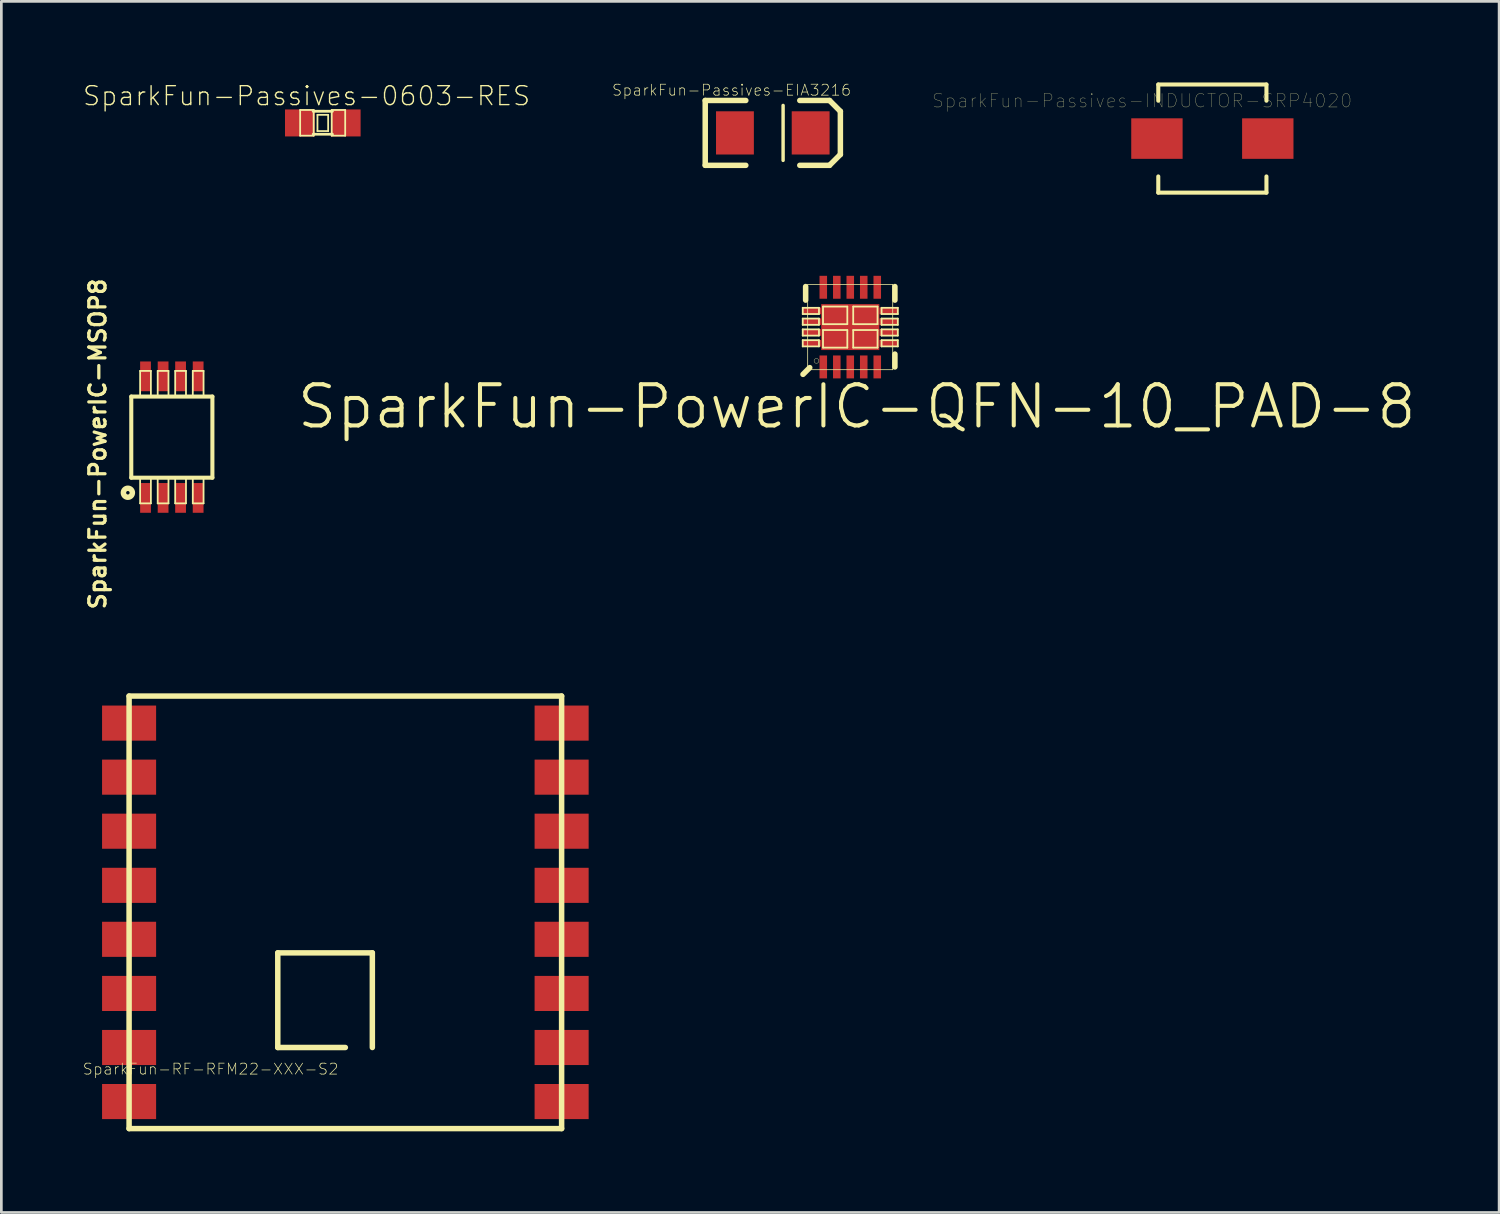
<source format=kicad_pcb>
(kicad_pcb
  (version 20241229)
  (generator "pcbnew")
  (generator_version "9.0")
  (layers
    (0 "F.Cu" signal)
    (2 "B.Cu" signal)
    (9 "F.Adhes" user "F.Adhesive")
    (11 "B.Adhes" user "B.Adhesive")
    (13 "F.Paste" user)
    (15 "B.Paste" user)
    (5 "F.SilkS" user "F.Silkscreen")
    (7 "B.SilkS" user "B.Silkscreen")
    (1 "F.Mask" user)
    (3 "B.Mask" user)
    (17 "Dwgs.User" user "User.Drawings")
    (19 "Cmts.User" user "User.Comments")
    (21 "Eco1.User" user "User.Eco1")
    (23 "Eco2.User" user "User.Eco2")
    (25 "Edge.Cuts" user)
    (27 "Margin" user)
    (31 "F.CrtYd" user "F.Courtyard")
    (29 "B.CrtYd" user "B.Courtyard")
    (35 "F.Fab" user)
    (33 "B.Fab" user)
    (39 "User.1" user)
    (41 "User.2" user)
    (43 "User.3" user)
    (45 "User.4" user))
  (footprint "SparkFun-RF-RFM22-XXX-S2"
    (layer "F.Cu")
    (at 9.722 30.69)
    (property "Reference" "SparkFun-RF-RFM22-XXX-S2" (at -4.983 5.796 0) (layer "F.SilkS") (effects (font (size 0.406 0.406) (thickness 0.025))))
    (attr smd)
    (fp_line (start -7.998 -7.998) (end -7.998 7.998) (stroke (width 0.203) (type solid)) (layer "F.SilkS"))
    (fp_line (start -7.998 -7.998) (end 7.998 -7.998) (stroke (width 0.203) (type solid)) (layer "F.SilkS"))
    (fp_line (start -2.499 1.499) (end 0.998 1.499) (stroke (width 0.203) (type solid)) (layer "F.SilkS"))
    (fp_line (start -2.499 4.999) (end -2.499 1.499) (stroke (width 0.203) (type solid)) (layer "F.SilkS"))
    (fp_line (start 0 4.999) (end -2.499 4.999) (stroke (width 0.203) (type solid)) (layer "F.SilkS"))
    (fp_line (start 0.998 1.499) (end 0.998 4.999) (stroke (width 0.203) (type solid)) (layer "F.SilkS"))
    (fp_line (start 7.998 7.998) (end -7.998 7.998) (stroke (width 0.203) (type solid)) (layer "F.SilkS"))
    (fp_line (start 7.998 7.998) (end 7.998 -7.998) (stroke (width 0.203) (type solid)) (layer "F.SilkS"))
    (pad "1" smd rect (at -7.998 -6.998 90) (size 1.298 1.999) (layers "F.Cu" "F.Mask" "F.Paste"))
    (pad "2" smd rect (at -7.998 -4.999 90) (size 1.298 1.999) (layers "F.Cu" "F.Mask" "F.Paste"))
    (pad "3" smd rect (at -7.998 -3 90) (size 1.298 1.999) (layers "F.Cu" "F.Mask" "F.Paste"))
    (pad "4" smd rect (at -7.998 -0.998 90) (size 1.298 1.999) (layers "F.Cu" "F.Mask" "F.Paste"))
    (pad "5" smd rect (at -7.998 0.998 90) (size 1.298 1.999) (layers "F.Cu" "F.Mask" "F.Paste"))
    (pad "6" smd rect (at -7.998 3 90) (size 1.298 1.999) (layers "F.Cu" "F.Mask" "F.Paste"))
    (pad "7" smd rect (at -7.998 4.999 90) (size 1.298 1.999) (layers "F.Cu" "F.Mask" "F.Paste"))
    (pad "8" smd rect (at -7.998 6.998 90) (size 1.298 1.999) (layers "F.Cu" "F.Mask" "F.Paste"))
    (pad "9" smd rect (at 7.998 6.998 90) (size 1.298 1.999) (layers "F.Cu" "F.Mask" "F.Paste"))
    (pad "10" smd rect (at 7.998 4.999 90) (size 1.298 1.999) (layers "F.Cu" "F.Mask" "F.Paste"))
    (pad "11" smd rect (at 7.998 3 90) (size 1.298 1.999) (layers "F.Cu" "F.Mask" "F.Paste"))
    (pad "12" smd rect (at 7.998 0.998 90) (size 1.298 1.999) (layers "F.Cu" "F.Mask" "F.Paste"))
    (pad "13" smd rect (at 7.998 -0.998 90) (size 1.298 1.999) (layers "F.Cu" "F.Mask" "F.Paste"))
    (pad "14" smd rect (at 7.998 -3 90) (size 1.298 1.999) (layers "F.Cu" "F.Mask" "F.Paste"))
    (pad "15" smd rect (at 7.998 -4.999 90) (size 1.298 1.999) (layers "F.Cu" "F.Mask" "F.Paste"))
    (pad "16" smd rect (at 7.998 -6.998 90) (size 1.298 1.999) (layers "F.Cu" "F.Mask" "F.Paste")))
  (footprint "SparkFun-Passives-EIA3216"
    (layer "F.Cu")
    (at 25.53 1.865)
    (property "Reference" "SparkFun-Passives-EIA3216" (at -1.524 -1.582 0) (layer "F.SilkS") (effects (font (size 0.406 0.406) (thickness 0.025))))
    (attr smd)
    (fp_line (start -2.499 -1.199) (end -0.998 -1.199) (stroke (width 0.203) (type solid)) (layer "F.SilkS"))
    (fp_line (start -2.499 1.199) (end -2.499 -1.199) (stroke (width 0.203) (type solid)) (layer "F.SilkS"))
    (fp_line (start -0.998 1.199) (end -2.499 1.199) (stroke (width 0.203) (type solid)) (layer "F.SilkS"))
    (fp_line (start 0.381 -1.016) (end 0.381 1.016) (stroke (width 0.127) (type solid)) (layer "F.SilkS"))
    (fp_line (start 0.998 1.199) (end 2.098 1.199) (stroke (width 0.203) (type solid)) (layer "F.SilkS"))
    (fp_line (start 2.098 -1.199) (end 0.998 -1.199) (stroke (width 0.203) (type solid)) (layer "F.SilkS"))
    (fp_line (start 2.098 1.199) (end 2.499 0.798) (stroke (width 0.203) (type solid)) (layer "F.SilkS"))
    (fp_line (start 2.499 -0.798) (end 2.098 -1.199) (stroke (width 0.203) (type solid)) (layer "F.SilkS"))
    (fp_line (start 2.499 0.798) (end 2.499 -0.798) (stroke (width 0.203) (type solid)) (layer "F.SilkS"))
    (pad "A" smd rect (at 1.4 0 90) (size 1.598 1.4) (layers "F.Cu" "F.Mask" "F.Paste"))
    (pad "C" smd rect (at -1.4 0 90) (size 1.598 1.4) (layers "F.Cu" "F.Mask" "F.Paste")))
  (footprint "SparkFun-PowerIC-QFN-10_PAD-8"
    (layer "F.Cu")
    (at 28.395 9.047)
    (property "Reference" "SparkFun-PowerIC-QFN-10_PAD-8" (at 0.24 2.94 0) (layer "F.SilkS") (effects (font (size 1.524 1.524) (thickness 0.15))))
    (attr smd)
    (fp_line (start -1.758 -0.714) (end -1.158 -0.714) (stroke (width 0.066) (type solid)) (layer "F.SilkS"))
    (fp_line (start -1.758 -0.483) (end -1.758 -0.714) (stroke (width 0.066) (type solid)) (layer "F.SilkS"))
    (fp_line (start -1.758 -0.483) (end -1.158 -0.483) (stroke (width 0.066) (type solid)) (layer "F.SilkS"))
    (fp_line (start -1.758 -0.315) (end -1.158 -0.315) (stroke (width 0.066) (type solid)) (layer "F.SilkS"))
    (fp_line (start -1.758 -0.084) (end -1.758 -0.315) (stroke (width 0.066) (type solid)) (layer "F.SilkS"))
    (fp_line (start -1.758 -0.084) (end -1.158 -0.084) (stroke (width 0.066) (type solid)) (layer "F.SilkS"))
    (fp_line (start -1.758 0.084) (end -1.158 0.084) (stroke (width 0.066) (type solid)) (layer "F.SilkS"))
    (fp_line (start -1.758 0.315) (end -1.758 0.084) (stroke (width 0.066) (type solid)) (layer "F.SilkS"))
    (fp_line (start -1.758 0.315) (end -1.158 0.315) (stroke (width 0.066) (type solid)) (layer "F.SilkS"))
    (fp_line (start -1.758 0.483) (end -1.158 0.483) (stroke (width 0.066) (type solid)) (layer "F.SilkS"))
    (fp_line (start -1.758 0.714) (end -1.758 0.483) (stroke (width 0.066) (type solid)) (layer "F.SilkS"))
    (fp_line (start -1.758 0.714) (end -1.158 0.714) (stroke (width 0.066) (type solid)) (layer "F.SilkS"))
    (fp_line (start -1.748 1.748) (end -1.499 1.499) (stroke (width 0.203) (type solid)) (layer "F.SilkS"))
    (fp_line (start -1.651 -1.499) (end -1.651 -0.998) (stroke (width 0.203) (type solid)) (layer "F.SilkS"))
    (fp_line (start -1.575 -1.575) (end 1.57 -1.575) (stroke (width 0.028) (type solid)) (layer "F.SilkS"))
    (fp_line (start -1.575 1.575) (end -1.575 -1.575) (stroke (width 0.028) (type solid)) (layer "F.SilkS"))
    (fp_line (start -1.158 -0.483) (end -1.158 -0.714) (stroke (width 0.066) (type solid)) (layer "F.SilkS"))
    (fp_line (start -1.158 -0.084) (end -1.158 -0.315) (stroke (width 0.066) (type solid)) (layer "F.SilkS"))
    (fp_line (start -1.158 0.315) (end -1.158 0.084) (stroke (width 0.066) (type solid)) (layer "F.SilkS"))
    (fp_line (start -1.158 0.714) (end -1.158 0.483) (stroke (width 0.066) (type solid)) (layer "F.SilkS"))
    (fp_line (start -1.008 -0.759) (end -0.109 -0.759) (stroke (width 0.066) (type solid)) (layer "F.SilkS"))
    (fp_line (start -1.008 -0.109) (end -1.008 -0.759) (stroke (width 0.066) (type solid)) (layer "F.SilkS"))
    (fp_line (start -1.008 -0.109) (end -0.109 -0.109) (stroke (width 0.066) (type solid)) (layer "F.SilkS"))
    (fp_line (start -1.008 0.109) (end -0.109 0.109) (stroke (width 0.066) (type solid)) (layer "F.SilkS"))
    (fp_line (start -1.008 0.759) (end -1.008 0.109) (stroke (width 0.066) (type solid)) (layer "F.SilkS"))
    (fp_line (start -1.008 0.759) (end -0.109 0.759) (stroke (width 0.066) (type solid)) (layer "F.SilkS"))
    (fp_line (start -0.109 -0.109) (end -0.109 -0.759) (stroke (width 0.066) (type solid)) (layer "F.SilkS"))
    (fp_line (start -0.109 0.759) (end -0.109 0.109) (stroke (width 0.066) (type solid)) (layer "F.SilkS"))
    (fp_line (start 0.109 -0.759) (end 1.008 -0.759) (stroke (width 0.066) (type solid)) (layer "F.SilkS"))
    (fp_line (start 0.109 -0.109) (end 0.109 -0.759) (stroke (width 0.066) (type solid)) (layer "F.SilkS"))
    (fp_line (start 0.109 -0.109) (end 1.008 -0.109) (stroke (width 0.066) (type solid)) (layer "F.SilkS"))
    (fp_line (start 0.109 0.109) (end 1.008 0.109) (stroke (width 0.066) (type solid)) (layer "F.SilkS"))
    (fp_line (start 0.109 0.759) (end 0.109 0.109) (stroke (width 0.066) (type solid)) (layer "F.SilkS"))
    (fp_line (start 0.109 0.759) (end 1.008 0.759) (stroke (width 0.066) (type solid)) (layer "F.SilkS"))
    (fp_line (start 1.008 -0.109) (end 1.008 -0.759) (stroke (width 0.066) (type solid)) (layer "F.SilkS"))
    (fp_line (start 1.008 0.759) (end 1.008 0.109) (stroke (width 0.066) (type solid)) (layer "F.SilkS"))
    (fp_line (start 1.158 -0.714) (end 1.758 -0.714) (stroke (width 0.066) (type solid)) (layer "F.SilkS"))
    (fp_line (start 1.158 -0.483) (end 1.158 -0.714) (stroke (width 0.066) (type solid)) (layer "F.SilkS"))
    (fp_line (start 1.158 -0.483) (end 1.758 -0.483) (stroke (width 0.066) (type solid)) (layer "F.SilkS"))
    (fp_line (start 1.158 -0.315) (end 1.758 -0.315) (stroke (width 0.066) (type solid)) (layer "F.SilkS"))
    (fp_line (start 1.158 -0.084) (end 1.158 -0.315) (stroke (width 0.066) (type solid)) (layer "F.SilkS"))
    (fp_line (start 1.158 -0.084) (end 1.758 -0.084) (stroke (width 0.066) (type solid)) (layer "F.SilkS"))
    (fp_line (start 1.158 0.084) (end 1.758 0.084) (stroke (width 0.066) (type solid)) (layer "F.SilkS"))
    (fp_line (start 1.158 0.315) (end 1.158 0.084) (stroke (width 0.066) (type solid)) (layer "F.SilkS"))
    (fp_line (start 1.158 0.315) (end 1.758 0.315) (stroke (width 0.066) (type solid)) (layer "F.SilkS"))
    (fp_line (start 1.158 0.483) (end 1.758 0.483) (stroke (width 0.066) (type solid)) (layer "F.SilkS"))
    (fp_line (start 1.158 0.714) (end 1.158 0.483) (stroke (width 0.066) (type solid)) (layer "F.SilkS"))
    (fp_line (start 1.158 0.714) (end 1.758 0.714) (stroke (width 0.066) (type solid)) (layer "F.SilkS"))
    (fp_line (start 1.57 -1.575) (end 1.57 1.575) (stroke (width 0.028) (type solid)) (layer "F.SilkS"))
    (fp_line (start 1.57 1.575) (end -1.575 1.575) (stroke (width 0.028) (type solid)) (layer "F.SilkS"))
    (fp_line (start 1.651 -1.499) (end 1.651 -0.998) (stroke (width 0.203) (type solid)) (layer "F.SilkS"))
    (fp_line (start 1.651 0.998) (end 1.651 1.473) (stroke (width 0.203) (type solid)) (layer "F.SilkS"))
    (fp_line (start 1.758 -0.483) (end 1.758 -0.714) (stroke (width 0.066) (type solid)) (layer "F.SilkS"))
    (fp_line (start 1.758 -0.084) (end 1.758 -0.315) (stroke (width 0.066) (type solid)) (layer "F.SilkS"))
    (fp_line (start 1.758 0.315) (end 1.758 0.084) (stroke (width 0.066) (type solid)) (layer "F.SilkS"))
    (fp_line (start 1.758 0.714) (end 1.758 0.483) (stroke (width 0.066) (type solid)) (layer "F.SilkS"))
    (fp_circle (center -1.25 1.25) (end -1.313 1.313) (stroke (width 0.013) (type solid)) (fill no) (layer "F.SilkS"))
    (pad "1" smd rect (at -0.998 1.473 90) (size 0.848 0.279) (layers "F.Cu" "F.Mask" "F.Paste"))
    (pad "2" smd rect (at -0.498 1.473 90) (size 0.848 0.279) (layers "F.Cu" "F.Mask" "F.Paste"))
    (pad "3" smd rect (at 0 1.473 90) (size 0.848 0.279) (layers "F.Cu" "F.Mask" "F.Paste"))
    (pad "4" smd rect (at 0.498 1.473 90) (size 0.848 0.279) (layers "F.Cu" "F.Mask" "F.Paste"))
    (pad "5" smd rect (at 0.998 1.473 90) (size 0.848 0.279) (layers "F.Cu" "F.Mask" "F.Paste"))
    (pad "6" smd rect (at 0.998 -1.473 90) (size 0.848 0.279) (layers "F.Cu" "F.Mask" "F.Paste"))
    (pad "7" smd rect (at 0.498 -1.473 90) (size 0.848 0.279) (layers "F.Cu" "F.Mask" "F.Paste"))
    (pad "8" smd rect (at 0 -1.473 90) (size 0.848 0.279) (layers "F.Cu" "F.Mask" "F.Paste"))
    (pad "9" smd rect (at -0.498 -1.473 90) (size 0.848 0.279) (layers "F.Cu" "F.Mask" "F.Paste"))
    (pad "10" smd rect (at -0.998 -1.473 90) (size 0.848 0.279) (layers "F.Cu" "F.Mask" "F.Paste"))
    (pad "11" smd rect (at -1.425 -0.599 180) (size 0.699 0.249) (layers "F.Cu" "F.Mask" "F.Paste"))
    (pad "12" smd rect (at -1.425 -0.198 180) (size 0.699 0.249) (layers "F.Cu" "F.Mask" "F.Paste"))
    (pad "13" smd rect (at -1.425 0.198 180) (size 0.699 0.249) (layers "F.Cu" "F.Mask" "F.Paste"))
    (pad "14" smd rect (at -1.425 0.599 180) (size 0.699 0.249) (layers "F.Cu" "F.Mask" "F.Paste"))
    (pad "15" smd rect (at 1.425 -0.599 180) (size 0.699 0.249) (layers "F.Cu" "F.Mask" "F.Paste"))
    (pad "16" smd rect (at 1.425 -0.198 180) (size 0.699 0.249) (layers "F.Cu" "F.Mask" "F.Paste"))
    (pad "17" smd rect (at 1.425 0.198 180) (size 0.699 0.249) (layers "F.Cu" "F.Mask" "F.Paste"))
    (pad "18" smd rect (at 1.425 0.599 180) (size 0.699 0.249) (layers "F.Cu" "F.Mask" "F.Paste"))
    (pad "PAD" smd rect (at 0 0 90) (size 1.699 2.149) (layers "F.Cu" "F.Mask" "F.Paste")))
  (footprint "SparkFun-PowerIC-MSOP8"
    (layer "F.Cu")
    (at 3.305 13.116)
    (property "Reference" "SparkFun-PowerIC-MSOP8" (at -2.743 0.254 90) (layer "F.SilkS") (effects (font (size 0.6 0.6) (thickness 0.12))))
    (attr smd)
    (fp_line (start -1.5 -1.5) (end 1.5 -1.5) (stroke (width 0.15) (type solid)) (layer "F.SilkS"))
    (fp_line (start -1.5 1.5) (end -1.5 -1.5) (stroke (width 0.15) (type solid)) (layer "F.SilkS"))
    (fp_line (start -1.173 -2.449) (end -0.775 -2.449) (stroke (width 0.066) (type solid)) (layer "F.SilkS"))
    (fp_line (start -1.173 -1.549) (end -1.173 -2.449) (stroke (width 0.066) (type solid)) (layer "F.SilkS"))
    (fp_line (start -1.173 2.449) (end -1.173 1.549) (stroke (width 0.066) (type solid)) (layer "F.SilkS"))
    (fp_line (start -1.173 2.449) (end -0.775 2.449) (stroke (width 0.066) (type solid)) (layer "F.SilkS"))
    (fp_line (start -0.775 -1.549) (end -0.775 -2.449) (stroke (width 0.066) (type solid)) (layer "F.SilkS"))
    (fp_line (start -0.775 2.449) (end -0.775 1.549) (stroke (width 0.066) (type solid)) (layer "F.SilkS"))
    (fp_line (start -0.523 -2.449) (end -0.124 -2.449) (stroke (width 0.066) (type solid)) (layer "F.SilkS"))
    (fp_line (start -0.523 -1.549) (end -0.523 -2.449) (stroke (width 0.066) (type solid)) (layer "F.SilkS"))
    (fp_line (start -0.523 2.449) (end -0.523 1.549) (stroke (width 0.066) (type solid)) (layer "F.SilkS"))
    (fp_line (start -0.523 2.449) (end -0.124 2.449) (stroke (width 0.066) (type solid)) (layer "F.SilkS"))
    (fp_line (start -0.124 -1.549) (end -0.124 -2.449) (stroke (width 0.066) (type solid)) (layer "F.SilkS"))
    (fp_line (start -0.124 2.449) (end -0.124 1.549) (stroke (width 0.066) (type solid)) (layer "F.SilkS"))
    (fp_line (start 0.124 -2.449) (end 0.523 -2.449) (stroke (width 0.066) (type solid)) (layer "F.SilkS"))
    (fp_line (start 0.124 -1.549) (end 0.124 -2.449) (stroke (width 0.066) (type solid)) (layer "F.SilkS"))
    (fp_line (start 0.124 2.449) (end 0.124 1.549) (stroke (width 0.066) (type solid)) (layer "F.SilkS"))
    (fp_line (start 0.124 2.449) (end 0.523 2.449) (stroke (width 0.066) (type solid)) (layer "F.SilkS"))
    (fp_line (start 0.523 -1.549) (end 0.523 -2.449) (stroke (width 0.066) (type solid)) (layer "F.SilkS"))
    (fp_line (start 0.523 2.449) (end 0.523 1.549) (stroke (width 0.066) (type solid)) (layer "F.SilkS"))
    (fp_line (start 0.775 -2.449) (end 1.173 -2.449) (stroke (width 0.066) (type solid)) (layer "F.SilkS"))
    (fp_line (start 0.775 -1.549) (end 0.775 -2.449) (stroke (width 0.066) (type solid)) (layer "F.SilkS"))
    (fp_line (start 0.775 2.449) (end 0.775 1.549) (stroke (width 0.066) (type solid)) (layer "F.SilkS"))
    (fp_line (start 0.775 2.449) (end 1.173 2.449) (stroke (width 0.066) (type solid)) (layer "F.SilkS"))
    (fp_line (start 1.173 -1.549) (end 1.173 -2.449) (stroke (width 0.066) (type solid)) (layer "F.SilkS"))
    (fp_line (start 1.173 2.449) (end 1.173 1.549) (stroke (width 0.066) (type solid)) (layer "F.SilkS"))
    (fp_line (start 1.5 -1.5) (end 1.5 1.5) (stroke (width 0.15) (type solid)) (layer "F.SilkS"))
    (fp_line (start 1.5 1.5) (end -1.5 1.5) (stroke (width 0.15) (type solid)) (layer "F.SilkS"))
    (fp_circle (center -1.626 2.057) (end -1.671 2.103) (stroke (width 0.203) (type solid)) (fill no) (layer "F.SilkS"))
    (pad "1" smd rect (at -0.973 2.248) (size 0.399 1.1) (layers "F.Cu" "F.Mask" "F.Paste"))
    (pad "2" smd rect (at -0.323 2.248) (size 0.399 1.1) (layers "F.Cu" "F.Mask" "F.Paste"))
    (pad "3" smd rect (at 0.323 2.248) (size 0.399 1.1) (layers "F.Cu" "F.Mask" "F.Paste"))
    (pad "4" smd rect (at 0.973 2.248) (size 0.399 1.1) (layers "F.Cu" "F.Mask" "F.Paste"))
    (pad "5" smd rect (at 0.973 -2.248) (size 0.399 1.1) (layers "F.Cu" "F.Mask" "F.Paste"))
    (pad "6" smd rect (at 0.323 -2.248) (size 0.399 1.1) (layers "F.Cu" "F.Mask" "F.Paste"))
    (pad "7" smd rect (at -0.323 -2.248) (size 0.399 1.1) (layers "F.Cu" "F.Mask" "F.Paste"))
    (pad "8" smd rect (at -0.973 -2.248) (size 0.399 1.1) (layers "F.Cu" "F.Mask" "F.Paste")))
  (footprint "SparkFun-Passives-0603-RES"
    (layer "F.Cu")
    (at 8.888 1.497)
    (property "Reference" "SparkFun-Passives-0603-RES" (at -0.6 -1 0) (layer "F.SilkS") (effects (font (size 0.7 0.7) (thickness 0.05))))
    (attr smd)
    (fp_line (start -0.838 -0.48) (end -0.338 -0.48) (stroke (width 0.066) (type solid)) (layer "F.SilkS"))
    (fp_line (start -0.838 0.47) (end -0.838 -0.48) (stroke (width 0.066) (type solid)) (layer "F.SilkS"))
    (fp_line (start -0.838 0.47) (end -0.338 0.47) (stroke (width 0.066) (type solid)) (layer "F.SilkS"))
    (fp_line (start -0.356 -0.432) (end 0.356 -0.432) (stroke (width 0.102) (type solid)) (layer "F.SilkS"))
    (fp_line (start -0.356 0.417) (end 0.356 0.417) (stroke (width 0.102) (type solid)) (layer "F.SilkS"))
    (fp_line (start -0.338 0.47) (end -0.338 -0.48) (stroke (width 0.066) (type solid)) (layer "F.SilkS"))
    (fp_line (start -0.198 -0.3) (end 0.198 -0.3) (stroke (width 0.066) (type solid)) (layer "F.SilkS"))
    (fp_line (start -0.198 0.3) (end -0.198 -0.3) (stroke (width 0.066) (type solid)) (layer "F.SilkS"))
    (fp_line (start -0.198 0.3) (end 0.198 0.3) (stroke (width 0.066) (type solid)) (layer "F.SilkS"))
    (fp_line (start 0.198 0.3) (end 0.198 -0.3) (stroke (width 0.066) (type solid)) (layer "F.SilkS"))
    (fp_line (start 0.33 -0.48) (end 0.828 -0.48) (stroke (width 0.066) (type solid)) (layer "F.SilkS"))
    (fp_line (start 0.33 0.47) (end 0.33 -0.48) (stroke (width 0.066) (type solid)) (layer "F.SilkS"))
    (fp_line (start 0.33 0.47) (end 0.828 0.47) (stroke (width 0.066) (type solid)) (layer "F.SilkS"))
    (fp_line (start 0.828 0.47) (end 0.828 -0.48) (stroke (width 0.066) (type solid)) (layer "F.SilkS"))
    (pad "1" smd rect (at -0.848 0) (size 1.1 0.998) (layers "F.Cu" "F.Mask" "F.Paste"))
    (pad "2" smd rect (at 0.848 0) (size 1.1 0.998) (layers "F.Cu" "F.Mask" "F.Paste")))
  (footprint "SparkFun-Passives-INDUCTOR-SRP4020"
    (layer "F.Cu")
    (at 41.786 2.075)
    (property "Reference" "SparkFun-Passives-INDUCTOR-SRP4020" (at -2.6 -1.4 0) (layer "F.SilkS") (effects (font (size 0.5 0.5) (thickness 0.01))))
    (attr smd)
    (fp_line (start -2 -2) (end -2 -1.4) (stroke (width 0.15) (type solid)) (layer "F.SilkS"))
    (fp_line (start -2 -2) (end 2 -2) (stroke (width 0.15) (type solid)) (layer "F.SilkS"))
    (fp_line (start -2 2) (end -2 1.4) (stroke (width 0.15) (type solid)) (layer "F.SilkS"))
    (fp_line (start -2 2) (end 2 2) (stroke (width 0.15) (type solid)) (layer "F.SilkS"))
    (fp_line (start 2 -2) (end 2 -1.4) (stroke (width 0.15) (type solid)) (layer "F.SilkS"))
    (fp_line (start 2 2) (end 2 1.4) (stroke (width 0.15) (type solid)) (layer "F.SilkS"))
    (pad "1" smd rect (at -2.05 0 90) (size 1.499 1.9) (layers "F.Cu" "F.Mask" "F.Paste"))
    (pad "2" smd rect (at 2.05 0 90) (size 1.499 1.9) (layers "F.Cu" "F.Mask" "F.Paste")))
  (gr_rect
    (start -3 -3)
    (end 52.391 41.79)
    (stroke (width 0.1) (type default))
    (fill no)
    (layer "Edge.Cuts")))
</source>
